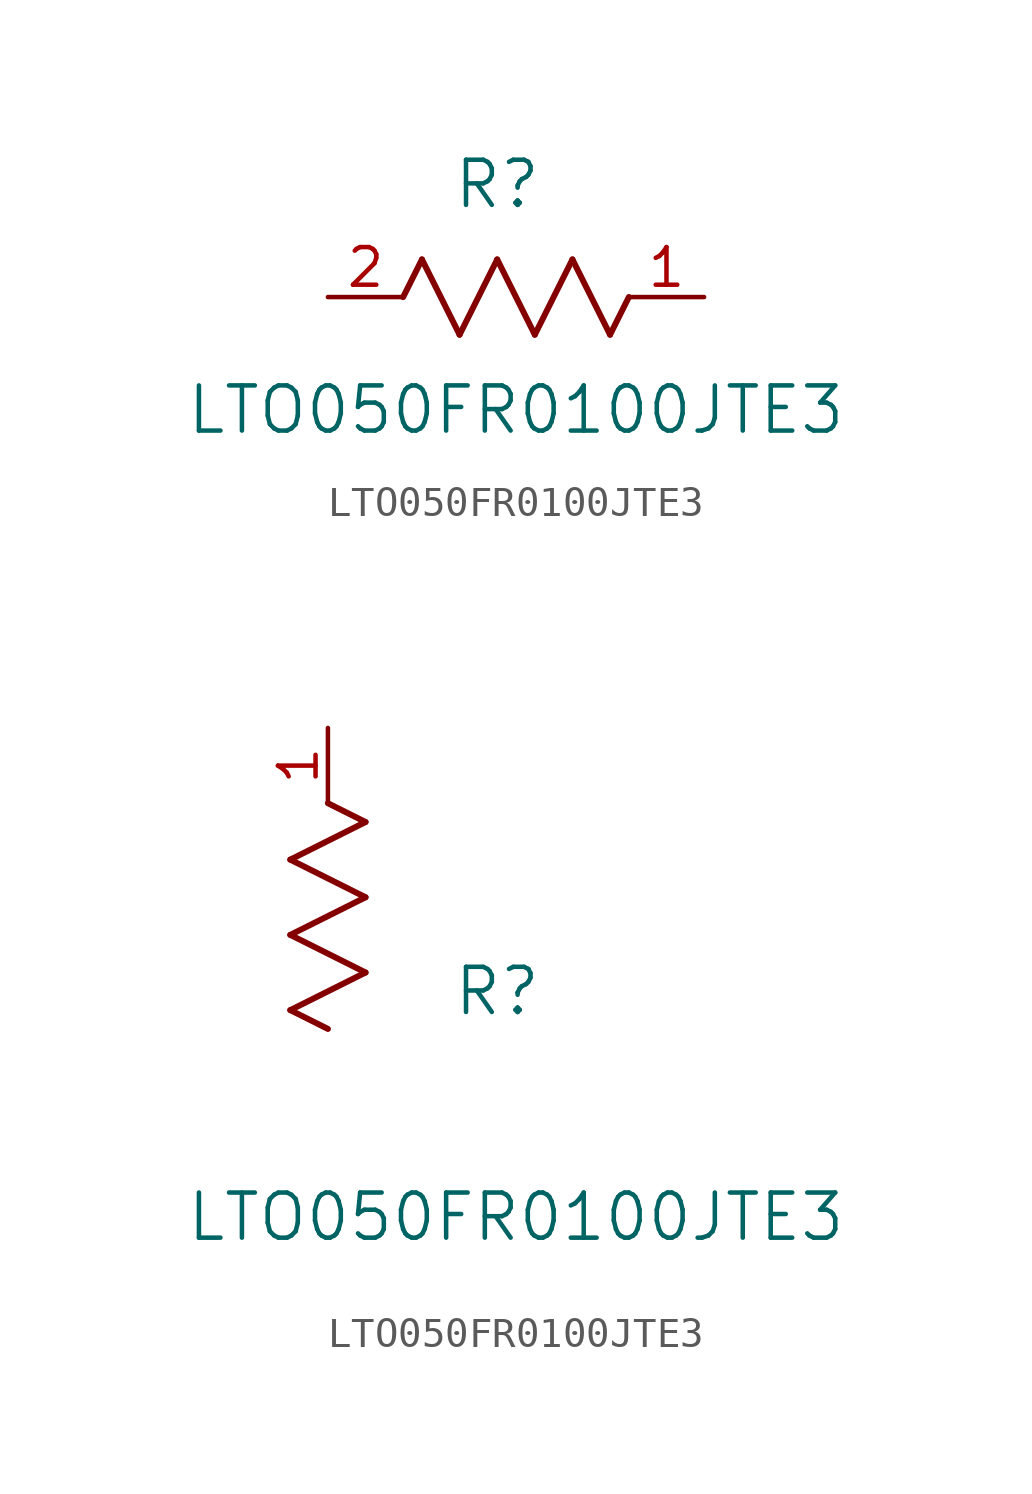
<source format=kicad_sym>
(kicad_symbol_lib
  (version 20220914)
  (generator kicad_symbol_editor)
  (symbol "LTO050FR0100JTE3"
    (pin_names
      (offset 0.254))
    (property "Reference" "R"
      (at 5.715 3.81 0)
      (effects (font (size 1.524 1.524))))
    (property "Value" "LTO050FR0100JTE3"
      (at 6.35 -3.81 0)
      (effects (font (size 1.524 1.524))))
    (property "ki_locked" ""
      (at 0 0 0)
      (effects (font (size 1.27 1.27))))
    (symbol "LTO050FR0100JTE3_1_1"
      (polyline (pts (xy 2.54 0) (xy 3.175 1.27)) (stroke (width 0.203) (type default)) (fill (type none)))
      (polyline (pts (xy 3.175 1.27) (xy 4.445 -1.27)) (stroke (width 0.203) (type default)) (fill (type none)))
      (polyline (pts (xy 4.445 -1.27) (xy 5.715 1.27)) (stroke (width 0.203) (type default)) (fill (type none)))
      (polyline (pts (xy 5.715 1.27) (xy 6.985 -1.27)) (stroke (width 0.203) (type default)) (fill (type none)))
      (polyline (pts (xy 6.985 -1.27) (xy 8.255 1.27)) (stroke (width 0.203) (type default)) (fill (type none)))
      (polyline (pts (xy 8.255 1.27) (xy 9.525 -1.27)) (stroke (width 0.203) (type default)) (fill (type none)))
      (polyline (pts (xy 9.525 -1.27) (xy 10.16 0)) (stroke (width 0.203) (type default)) (fill (type none)))
      (pin unspecified line (at 12.7 0 180) (length 2.54) (name "" (effects (font (size 1.27 1.27)))) (number "1" (effects (font (size 1.27 1.27)))))
      (pin unspecified line (at 0 0 0) (length 2.54) (name "" (effects (font (size 1.27 1.27)))) (number "2" (effects (font (size 1.27 1.27))))))
    (symbol "LTO050FR0100JTE3_1_2"
      (polyline (pts (xy -1.27 3.175) (xy 1.27 4.445)) (stroke (width 0.203) (type default)) (fill (type none)))
      (polyline (pts (xy -1.27 5.715) (xy 1.27 6.985)) (stroke (width 0.203) (type default)) (fill (type none)))
      (polyline (pts (xy -1.27 8.255) (xy 1.27 9.525)) (stroke (width 0.203) (type default)) (fill (type none)))
      (polyline (pts (xy 0 2.54) (xy -1.27 3.175)) (stroke (width 0.203) (type default)) (fill (type none)))
      (polyline (pts (xy 1.27 4.445) (xy -1.27 5.715)) (stroke (width 0.203) (type default)) (fill (type none)))
      (polyline (pts (xy 1.27 6.985) (xy -1.27 8.255)) (stroke (width 0.203) (type default)) (fill (type none)))
      (polyline (pts (xy 1.27 9.525) (xy 0 10.16)) (stroke (width 0.203) (type default)) (fill (type none)))
      (pin unspecified line (at 0 12.7 270) (length 2.54) (name "" (effects (font (size 1.27 1.27)))) (number "1" (effects (font (size 1.27 1.27))))))))
</source>
